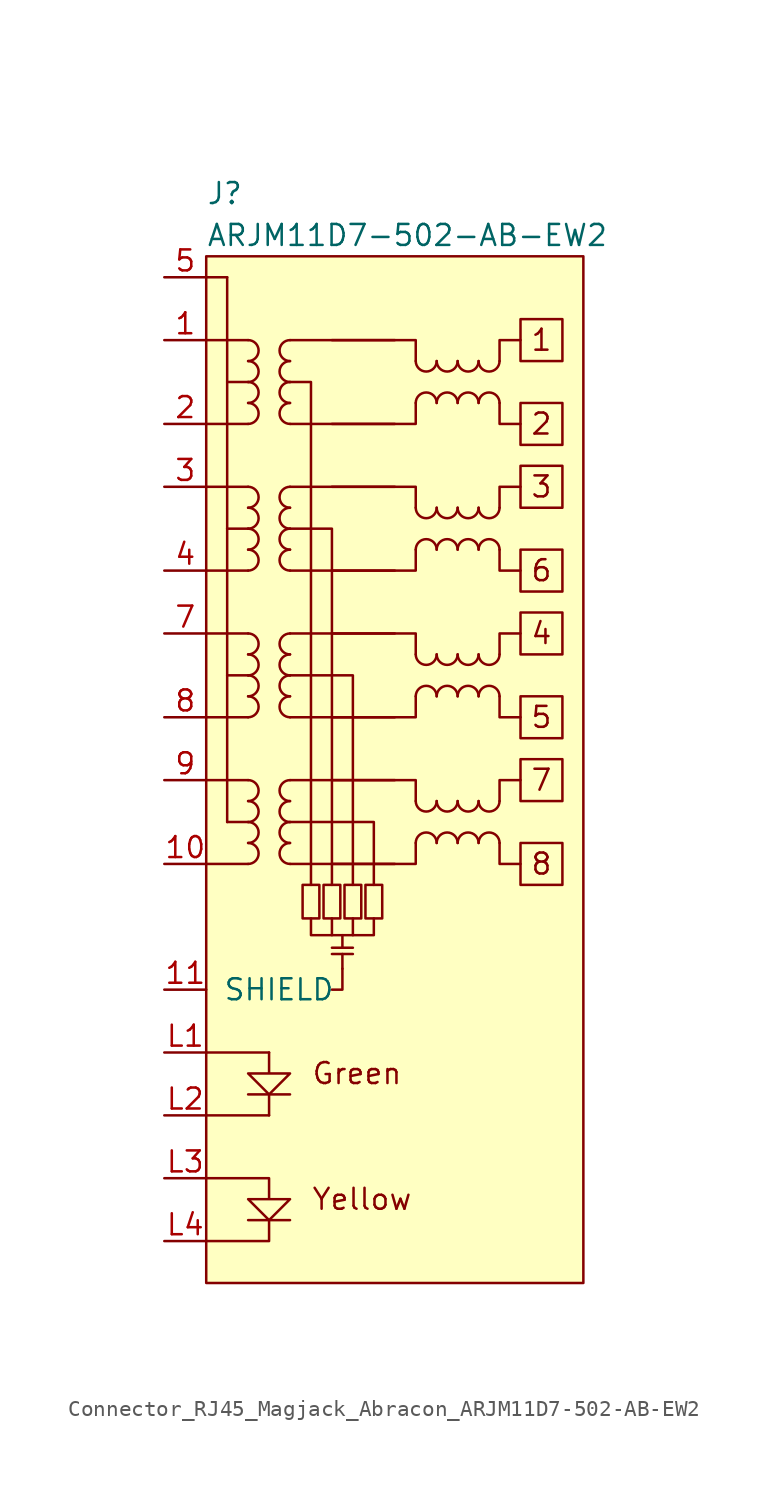
<source format=kicad_sym>
(kicad_symbol_lib
  (version 20220914)
  (generator kicad_symbol_editor)
  (symbol "Connector_RJ45_Magjack_Abracon_ARJM11D7-502-AB-EW2"
    (pin_names
      (offset 1.016))
    (property "Reference" "J"
      (at -11.43 21.59 0)
      (do_not_autoplace)
      (effects (font (size 1.27 1.27)) (justify left)))
    (property "Value" "ARJM11D7-502-AB-EW2"
      (at -11.43 19.05 0)
      (do_not_autoplace)
      (effects (font (size 1.27 1.27)) (justify left)))
    (symbol "Connector_RJ45_Magjack_Abracon_ARJM11D7-502-AB-EW2_0_0"
      (rectangle (start -11.43 17.78) (end 11.43 -44.45) (stroke (width 0) (type default)) (fill (type background)))
      (rectangle (start -5.588 -20.32) (end -4.572 -22.352) (stroke (width 0) (type default)) (fill (type none)))
      (rectangle (start -4.318 -20.32) (end -3.302 -22.352) (stroke (width 0) (type default)) (fill (type none)))
      (rectangle (start -3.048 -20.32) (end -2.032 -22.352) (stroke (width 0) (type default)) (fill (type none)))
      (rectangle (start -1.778 -20.32) (end -0.762 -22.352) (stroke (width 0) (type default)) (fill (type none)))
      (polyline (pts (xy -10.16 1.27) (xy -10.16 -16.51)) (stroke (width 0) (type default)) (fill (type none)))
      (polyline (pts (xy -10.16 16.51) (xy -11.43 16.51)) (stroke (width 0) (type default)) (fill (type none)))
      (polyline (pts (xy -10.16 16.51) (xy -10.16 10.16)) (stroke (width 0) (type default)) (fill (type none)))
      (polyline (pts (xy -8.89 -16.51) (xy -10.16 -16.51)) (stroke (width 0) (type default)) (fill (type none)))
      (polyline (pts (xy -8.89 -7.62) (xy -10.16 -7.62)) (stroke (width 0) (type default)) (fill (type none)))
      (polyline (pts (xy -8.89 1.27) (xy -10.16 1.27)) (stroke (width 0) (type default)) (fill (type none)))
      (polyline (pts (xy -6.35 -19.05) (xy 0 -19.05)) (stroke (width 0) (type default)) (fill (type none)))
      (polyline (pts (xy -6.35 -13.97) (xy 0 -13.97)) (stroke (width 0) (type default)) (fill (type none)))
      (polyline (pts (xy -6.35 -10.16) (xy 0 -10.16)) (stroke (width 0) (type default)) (fill (type none)))
      (polyline (pts (xy -6.35 -5.08) (xy 0 -5.08)) (stroke (width 0) (type default)) (fill (type none)))
      (polyline (pts (xy -6.35 -1.27) (xy 0 -1.27)) (stroke (width 0) (type default)) (fill (type none)))
      (polyline (pts (xy -6.35 3.81) (xy 0 3.81)) (stroke (width 0) (type default)) (fill (type none)))
      (polyline (pts (xy -6.35 7.62) (xy 0 7.62)) (stroke (width 0) (type default)) (fill (type none)))
      (polyline (pts (xy -6.35 12.7) (xy 0 12.7)) (stroke (width 0) (type default)) (fill (type none)))
      (polyline (pts (xy -3.81 -24.511) (xy -2.54 -24.511)) (stroke (width 0) (type default)) (fill (type none)))
      (polyline (pts (xy -3.81 -24.13) (xy -2.54 -24.13)) (stroke (width 0) (type default)) (fill (type none)))
      (polyline (pts (xy -3.81 -22.352) (xy -3.81 -23.368)) (stroke (width 0) (type default)) (fill (type none)))
      (polyline (pts (xy -3.175 -24.511) (xy -3.175 -25.4)) (stroke (width 0) (type default)) (fill (type none)))
      (polyline (pts (xy -3.175 -23.368) (xy -3.175 -24.13)) (stroke (width 0) (type default)) (fill (type none)))
      (polyline (pts (xy -2.54 -22.352) (xy -2.54 -23.368)) (stroke (width 0) (type default)) (fill (type none)))
      (polyline (pts (xy -8.89 10.16) (xy -10.16 10.16) (xy -10.16 1.27)) (stroke (width 0) (type default)) (fill (type none)))
      (polyline (pts (xy -6.35 -16.51) (xy -1.27 -16.51) (xy -1.27 -20.32)) (stroke (width 0) (type default)) (fill (type none)))
      (polyline (pts (xy -6.35 -7.62) (xy -2.54 -7.62) (xy -2.54 -20.32)) (stroke (width 0) (type default)) (fill (type none)))
      (polyline (pts (xy -6.35 1.27) (xy -3.81 1.27) (xy -3.81 -20.32)) (stroke (width 0) (type default)) (fill (type none)))
      (polyline (pts (xy -6.35 10.16) (xy -5.08 10.16) (xy -5.08 -20.32)) (stroke (width 0) (type default)) (fill (type none)))
      (polyline (pts (xy -3.175 -25.4) (xy -3.175 -26.67) (xy -3.81 -26.67)) (stroke (width 0) (type default)) (fill (type none)))
      (polyline (pts (xy -5.08 -22.352) (xy -5.08 -23.368) (xy -1.27 -23.368) (xy -1.27 -22.352)) (stroke (width 0) (type default)) (fill (type none)))
      (rectangle (start 7.62 8.89) (end 10.16 6.35) (stroke (width 0) (type default)) (fill (type none)))
      (text "1" (at 8.89 12.7 0) (effects (font (size 1.27 1.27))))
      (text "2" (at 8.89 7.62 0) (effects (font (size 1.27 1.27))))
      (text "Green" (at -5.08 -31.75 0) (effects (font (size 1.27 1.27)) (justify left)))
      (text "Yellow" (at -5.08 -39.37 0) (effects (font (size 1.27 1.27)) (justify left))))
    (symbol "Connector_RJ45_Magjack_Abracon_ARJM11D7-502-AB-EW2_0_1"
      (arc (start -6.35 8.89) (mid -6.9823 8.255) (end -6.35 7.62) (stroke (width 0) (type default)) (fill (type none)))
      (arc (start -6.35 10.16) (mid -6.9823 9.525) (end -6.35 8.89) (stroke (width 0) (type default)) (fill (type none)))
      (arc (start -6.35 11.43) (mid -6.9823 10.795) (end -6.35 10.16) (stroke (width 0) (type default)) (fill (type none)))
      (arc (start -6.35 12.7) (mid -6.9823 12.065) (end -6.35 11.43) (stroke (width 0) (type default)) (fill (type none)))
      (polyline (pts (xy -11.43 7.62) (xy -8.89 7.62)) (stroke (width 0) (type default)) (fill (type none)))
      (polyline (pts (xy -11.43 12.7) (xy -8.89 12.7)) (stroke (width 0) (type default)) (fill (type none)))
      (polyline (pts (xy -3.81 7.62) (xy 1.27 7.62) (xy 1.27 8.89)) (stroke (width 0) (type default)) (fill (type none)))
      (polyline (pts (xy -3.81 12.7) (xy 1.27 12.7) (xy 1.27 11.43)) (stroke (width 0) (type default)) (fill (type none)))
      (polyline (pts (xy 6.35 8.89) (xy 6.35 7.62) (xy 7.62 7.62)) (stroke (width 0) (type default)) (fill (type none)))
      (polyline (pts (xy 6.35 11.43) (xy 6.35 12.7) (xy 7.62 12.7)) (stroke (width 0) (type default)) (fill (type none)))
      (rectangle (start 7.62 13.97) (end 10.16 11.43) (stroke (width 0) (type default)) (fill (type none))))
    (symbol "Connector_RJ45_Magjack_Abracon_ARJM11D7-502-AB-EW2_1_1"
      (arc (start -8.89 -19.05) (mid -8.2577 -18.415) (end -8.89 -17.78) (stroke (width 0) (type default)) (fill (type none)))
      (arc (start -8.89 -17.78) (mid -8.2577 -17.145) (end -8.89 -16.51) (stroke (width 0) (type default)) (fill (type none)))
      (arc (start -8.89 -16.51) (mid -8.2577 -15.875) (end -8.89 -15.24) (stroke (width 0) (type default)) (fill (type none)))
      (arc (start -8.89 -15.24) (mid -8.2577 -14.605) (end -8.89 -13.97) (stroke (width 0) (type default)) (fill (type none)))
      (arc (start -8.89 -10.16) (mid -8.2577 -9.525) (end -8.89 -8.89) (stroke (width 0) (type default)) (fill (type none)))
      (arc (start -8.89 -8.89) (mid -8.2577 -8.255) (end -8.89 -7.62) (stroke (width 0) (type default)) (fill (type none)))
      (arc (start -8.89 -7.62) (mid -8.2577 -6.985) (end -8.89 -6.35) (stroke (width 0) (type default)) (fill (type none)))
      (arc (start -8.89 -6.35) (mid -8.2577 -5.715) (end -8.89 -5.08) (stroke (width 0) (type default)) (fill (type none)))
      (arc (start -8.89 -1.27) (mid -8.2577 -0.635) (end -8.89 0) (stroke (width 0) (type default)) (fill (type none)))
      (arc (start -8.89 0) (mid -8.2577 0.635) (end -8.89 1.27) (stroke (width 0) (type default)) (fill (type none)))
      (arc (start -8.89 1.27) (mid -8.2577 1.905) (end -8.89 2.54) (stroke (width 0) (type default)) (fill (type none)))
      (arc (start -8.89 2.54) (mid -8.2577 3.175) (end -8.89 3.81) (stroke (width 0) (type default)) (fill (type none)))
      (arc (start -8.89 7.62) (mid -8.2577 8.255) (end -8.89 8.89) (stroke (width 0) (type default)) (fill (type none)))
      (arc (start -8.89 8.89) (mid -8.2577 9.525) (end -8.89 10.16) (stroke (width 0) (type default)) (fill (type none)))
      (arc (start -8.89 10.16) (mid -8.2577 10.795) (end -8.89 11.43) (stroke (width 0) (type default)) (fill (type none)))
      (arc (start -8.89 11.43) (mid -8.2577 12.065) (end -8.89 12.7) (stroke (width 0) (type default)) (fill (type none)))
      (arc (start -6.35 -17.78) (mid -6.9823 -18.415) (end -6.35 -19.05) (stroke (width 0) (type default)) (fill (type none)))
      (arc (start -6.35 -16.51) (mid -6.9823 -17.145) (end -6.35 -17.78) (stroke (width 0) (type default)) (fill (type none)))
      (arc (start -6.35 -15.24) (mid -6.9823 -15.875) (end -6.35 -16.51) (stroke (width 0) (type default)) (fill (type none)))
      (arc (start -6.35 -13.97) (mid -6.9823 -14.605) (end -6.35 -15.24) (stroke (width 0) (type default)) (fill (type none)))
      (arc (start -6.35 -8.89) (mid -6.9823 -9.525) (end -6.35 -10.16) (stroke (width 0) (type default)) (fill (type none)))
      (arc (start -6.35 -7.62) (mid -6.9823 -8.255) (end -6.35 -8.89) (stroke (width 0) (type default)) (fill (type none)))
      (arc (start -6.35 -6.35) (mid -6.9823 -6.985) (end -6.35 -7.62) (stroke (width 0) (type default)) (fill (type none)))
      (arc (start -6.35 -5.08) (mid -6.9823 -5.715) (end -6.35 -6.35) (stroke (width 0) (type default)) (fill (type none)))
      (arc (start -6.35 0) (mid -6.9823 -0.635) (end -6.35 -1.27) (stroke (width 0) (type default)) (fill (type none)))
      (arc (start -6.35 1.27) (mid -6.9823 0.635) (end -6.35 0) (stroke (width 0) (type default)) (fill (type none)))
      (arc (start -6.35 2.54) (mid -6.9823 1.905) (end -6.35 1.27) (stroke (width 0) (type default)) (fill (type none)))
      (arc (start -6.35 3.81) (mid -6.9823 3.175) (end -6.35 2.54) (stroke (width 0) (type default)) (fill (type none)))
      (polyline (pts (xy -11.43 -34.29) (xy -7.62 -34.29)) (stroke (width 0) (type default)) (fill (type none)))
      (polyline (pts (xy -11.43 -30.48) (xy -7.62 -30.48)) (stroke (width 0) (type default)) (fill (type none)))
      (polyline (pts (xy -11.43 -19.05) (xy -8.89 -19.05)) (stroke (width 0) (type default)) (fill (type none)))
      (polyline (pts (xy -11.43 -13.97) (xy -8.89 -13.97)) (stroke (width 0) (type default)) (fill (type none)))
      (polyline (pts (xy -11.43 -10.16) (xy -8.89 -10.16)) (stroke (width 0) (type default)) (fill (type none)))
      (polyline (pts (xy -11.43 -5.08) (xy -8.89 -5.08)) (stroke (width 0) (type default)) (fill (type none)))
      (polyline (pts (xy -11.43 -1.27) (xy -8.89 -1.27)) (stroke (width 0) (type default)) (fill (type none)))
      (polyline (pts (xy -11.43 3.81) (xy -8.89 3.81)) (stroke (width 0) (type default)) (fill (type none)))
      (polyline (pts (xy -8.89 -40.64) (xy -6.35 -40.64)) (stroke (width 0) (type default)) (fill (type none)))
      (polyline (pts (xy -8.89 -33.02) (xy -6.35 -33.02)) (stroke (width 0) (type default)) (fill (type none)))
      (polyline (pts (xy -7.62 -33.02) (xy -7.62 -34.29)) (stroke (width 0) (type default)) (fill (type none)))
      (polyline (pts (xy -11.43 -41.91) (xy -7.62 -41.91) (xy -7.62 -40.64)) (stroke (width 0) (type default)) (fill (type none)))
      (polyline (pts (xy -3.81 -19.05) (xy 1.27 -19.05) (xy 1.27 -17.78)) (stroke (width 0) (type default)) (fill (type none)))
      (polyline (pts (xy -3.81 -13.97) (xy 1.27 -13.97) (xy 1.27 -15.24)) (stroke (width 0) (type default)) (fill (type none)))
      (polyline (pts (xy -3.81 -10.16) (xy 1.27 -10.16) (xy 1.27 -8.89)) (stroke (width 0) (type default)) (fill (type none)))
      (polyline (pts (xy -3.81 -5.08) (xy 1.27 -5.08) (xy 1.27 -6.35)) (stroke (width 0) (type default)) (fill (type none)))
      (polyline (pts (xy -3.81 -1.27) (xy 1.27 -1.27) (xy 1.27 0)) (stroke (width 0) (type default)) (fill (type none)))
      (polyline (pts (xy -3.81 3.81) (xy 1.27 3.81) (xy 1.27 2.54)) (stroke (width 0) (type default)) (fill (type none)))
      (polyline (pts (xy 6.35 -17.78) (xy 6.35 -19.05) (xy 7.62 -19.05)) (stroke (width 0) (type default)) (fill (type none)))
      (polyline (pts (xy 6.35 -15.24) (xy 6.35 -13.97) (xy 7.62 -13.97)) (stroke (width 0) (type default)) (fill (type none)))
      (polyline (pts (xy 6.35 -8.89) (xy 6.35 -10.16) (xy 7.62 -10.16)) (stroke (width 0) (type default)) (fill (type none)))
      (polyline (pts (xy 6.35 -6.35) (xy 6.35 -5.08) (xy 7.62 -5.08)) (stroke (width 0) (type default)) (fill (type none)))
      (polyline (pts (xy 6.35 0) (xy 6.35 -1.27) (xy 7.62 -1.27)) (stroke (width 0) (type default)) (fill (type none)))
      (polyline (pts (xy 6.35 2.54) (xy 6.35 3.81) (xy 7.62 3.81)) (stroke (width 0) (type default)) (fill (type none)))
      (polyline (pts (xy -7.62 -30.48) (xy -7.62 -31.75) (xy -8.89 -31.75) (xy -7.62 -33.02) (xy -6.35 -31.75) (xy -7.62 -31.75)) (stroke (width 0) (type default)) (fill (type none)))
      (polyline (pts (xy -11.43 -38.1) (xy -7.62 -38.1) (xy -7.62 -39.37) (xy -8.89 -39.37) (xy -7.62 -40.64) (xy -6.35 -39.37) (xy -7.62 -39.37)) (stroke (width 0) (type default)) (fill (type none)))
      (arc (start 1.27 -15.24) (mid 1.905 -15.8723) (end 2.54 -15.24) (stroke (width 0) (type default)) (fill (type none)))
      (arc (start 1.27 -6.35) (mid 1.905 -6.9823) (end 2.54 -6.35) (stroke (width 0) (type default)) (fill (type none)))
      (arc (start 1.27 2.54) (mid 1.905 1.9077) (end 2.54 2.54) (stroke (width 0) (type default)) (fill (type none)))
      (arc (start 1.27 11.43) (mid 1.905 10.7977) (end 2.54 11.43) (stroke (width 0) (type default)) (fill (type none)))
      (arc (start 2.54 -17.78) (mid 1.905 -17.1477) (end 1.27 -17.78) (stroke (width 0) (type default)) (fill (type none)))
      (arc (start 2.54 -15.24) (mid 3.175 -15.8723) (end 3.81 -15.24) (stroke (width 0) (type default)) (fill (type none)))
      (arc (start 2.54 -8.89) (mid 1.905 -8.2577) (end 1.27 -8.89) (stroke (width 0) (type default)) (fill (type none)))
      (arc (start 2.54 -6.35) (mid 3.175 -6.9823) (end 3.81 -6.35) (stroke (width 0) (type default)) (fill (type none)))
      (arc (start 2.54 0) (mid 1.905 0.6323) (end 1.27 0) (stroke (width 0) (type default)) (fill (type none)))
      (arc (start 2.54 2.54) (mid 3.175 1.9077) (end 3.81 2.54) (stroke (width 0) (type default)) (fill (type none)))
      (arc (start 2.54 8.89) (mid 1.905 9.5223) (end 1.27 8.89) (stroke (width 0) (type default)) (fill (type none)))
      (arc (start 2.54 11.43) (mid 3.175 10.7977) (end 3.81 11.43) (stroke (width 0) (type default)) (fill (type none)))
      (arc (start 3.81 -17.78) (mid 3.175 -17.1477) (end 2.54 -17.78) (stroke (width 0) (type default)) (fill (type none)))
      (arc (start 3.81 -15.24) (mid 4.445 -15.8723) (end 5.08 -15.24) (stroke (width 0) (type default)) (fill (type none)))
      (arc (start 3.81 -8.89) (mid 3.175 -8.2577) (end 2.54 -8.89) (stroke (width 0) (type default)) (fill (type none)))
      (arc (start 3.81 -6.35) (mid 4.445 -6.9823) (end 5.08 -6.35) (stroke (width 0) (type default)) (fill (type none)))
      (arc (start 3.81 0) (mid 3.175 0.6323) (end 2.54 0) (stroke (width 0) (type default)) (fill (type none)))
      (arc (start 3.81 2.54) (mid 4.445 1.9077) (end 5.08 2.54) (stroke (width 0) (type default)) (fill (type none)))
      (arc (start 3.81 8.89) (mid 3.175 9.5223) (end 2.54 8.89) (stroke (width 0) (type default)) (fill (type none)))
      (arc (start 3.81 11.43) (mid 4.445 10.7977) (end 5.08 11.43) (stroke (width 0) (type default)) (fill (type none)))
      (arc (start 5.08 -17.78) (mid 4.445 -17.1477) (end 3.81 -17.78) (stroke (width 0) (type default)) (fill (type none)))
      (arc (start 5.08 -15.24) (mid 5.715 -15.8723) (end 6.35 -15.24) (stroke (width 0) (type default)) (fill (type none)))
      (arc (start 5.08 -8.89) (mid 4.445 -8.2577) (end 3.81 -8.89) (stroke (width 0) (type default)) (fill (type none)))
      (arc (start 5.08 -6.35) (mid 5.715 -6.9823) (end 6.35 -6.35) (stroke (width 0) (type default)) (fill (type none)))
      (arc (start 5.08 0) (mid 4.445 0.6323) (end 3.81 0) (stroke (width 0) (type default)) (fill (type none)))
      (arc (start 5.08 2.54) (mid 5.715 1.9077) (end 6.35 2.54) (stroke (width 0) (type default)) (fill (type none)))
      (arc (start 5.08 8.89) (mid 4.445 9.5223) (end 3.81 8.89) (stroke (width 0) (type default)) (fill (type none)))
      (arc (start 5.08 11.43) (mid 5.715 10.7977) (end 6.35 11.43) (stroke (width 0) (type default)) (fill (type none)))
      (arc (start 6.35 -17.78) (mid 5.715 -17.1477) (end 5.08 -17.78) (stroke (width 0) (type default)) (fill (type none)))
      (arc (start 6.35 -8.89) (mid 5.715 -8.2577) (end 5.08 -8.89) (stroke (width 0) (type default)) (fill (type none)))
      (arc (start 6.35 0) (mid 5.715 0.6323) (end 5.08 0) (stroke (width 0) (type default)) (fill (type none)))
      (arc (start 6.35 8.89) (mid 5.715 9.5223) (end 5.08 8.89) (stroke (width 0) (type default)) (fill (type none)))
      (rectangle (start 7.62 -17.78) (end 10.16 -20.32) (stroke (width 0) (type default)) (fill (type none)))
      (rectangle (start 7.62 -12.7) (end 10.16 -15.24) (stroke (width 0) (type default)) (fill (type none)))
      (rectangle (start 7.62 -8.89) (end 10.16 -11.43) (stroke (width 0) (type default)) (fill (type none)))
      (rectangle (start 7.62 -3.81) (end 10.16 -6.35) (stroke (width 0) (type default)) (fill (type none)))
      (rectangle (start 7.62 0) (end 10.16 -2.54) (stroke (width 0) (type default)) (fill (type none)))
      (rectangle (start 7.62 5.08) (end 10.16 2.54) (stroke (width 0) (type default)) (fill (type none)))
      (text "3" (at 8.89 3.81 0) (effects (font (size 1.27 1.27))))
      (text "4" (at 8.89 -5.08 0) (effects (font (size 1.27 1.27))))
      (text "5" (at 8.89 -10.16 0) (effects (font (size 1.27 1.27))))
      (text "6" (at 8.89 -1.27 0) (effects (font (size 1.27 1.27))))
      (text "7" (at 8.89 -13.97 0) (effects (font (size 1.27 1.27))))
      (text "8" (at 8.89 -19.05 0) (effects (font (size 1.27 1.27))))
      (pin passive line (at -13.97 12.7 0) (length 2.54) (name "~" (effects (font (size 1.27 1.27)))) (number "1" (effects (font (size 1.27 1.27)))))
      (pin passive line (at -13.97 -19.05 0) (length 2.54) (name "~" (effects (font (size 1.27 1.27)))) (number "10" (effects (font (size 1.27 1.27)))))
      (pin passive line (at -13.97 -26.67 0) (length 2.54) (name "SHIELD" (effects (font (size 1.27 1.27)))) (number "11" (effects (font (size 1.27 1.27)))))
      (pin passive line (at -13.97 7.62 0) (length 2.54) (name "~" (effects (font (size 1.27 1.27)))) (number "2" (effects (font (size 1.27 1.27)))))
      (pin passive line (at -13.97 3.81 0) (length 2.54) (name "~" (effects (font (size 1.27 1.27)))) (number "3" (effects (font (size 1.27 1.27)))))
      (pin passive line (at -13.97 -1.27 0) (length 2.54) (name "~" (effects (font (size 1.27 1.27)))) (number "4" (effects (font (size 1.27 1.27)))))
      (pin passive line (at -13.97 16.51 0) (length 2.54) (name "~" (effects (font (size 1.27 1.27)))) (number "5" (effects (font (size 1.27 1.27)))))
      (pin passive line (at -13.97 16.51 0) (length 2.54) hide (name "~" (effects (font (size 1.27 1.27)))) (number "6" (effects (font (size 1.27 1.27)))))
      (pin passive line (at -13.97 -5.08 0) (length 2.54) (name "~" (effects (font (size 1.27 1.27)))) (number "7" (effects (font (size 1.27 1.27)))))
      (pin passive line (at -13.97 -10.16 0) (length 2.54) (name "~" (effects (font (size 1.27 1.27)))) (number "8" (effects (font (size 1.27 1.27)))))
      (pin passive line (at -13.97 -13.97 0) (length 2.54) (name "~" (effects (font (size 1.27 1.27)))) (number "9" (effects (font (size 1.27 1.27)))))
      (pin passive line (at -13.97 -30.48 0) (length 2.54) (name "~" (effects (font (size 1.27 1.27)))) (number "L1" (effects (font (size 1.27 1.27)))))
      (pin passive line (at -13.97 -34.29 0) (length 2.54) (name "~" (effects (font (size 1.27 1.27)))) (number "L2" (effects (font (size 1.27 1.27)))))
      (pin passive line (at -13.97 -38.1 0) (length 2.54) (name "~" (effects (font (size 1.27 1.27)))) (number "L3" (effects (font (size 1.27 1.27)))))
      (pin passive line (at -13.97 -41.91 0) (length 2.54) (name "~" (effects (font (size 1.27 1.27)))) (number "L4" (effects (font (size 1.27 1.27))))))))
</source>
